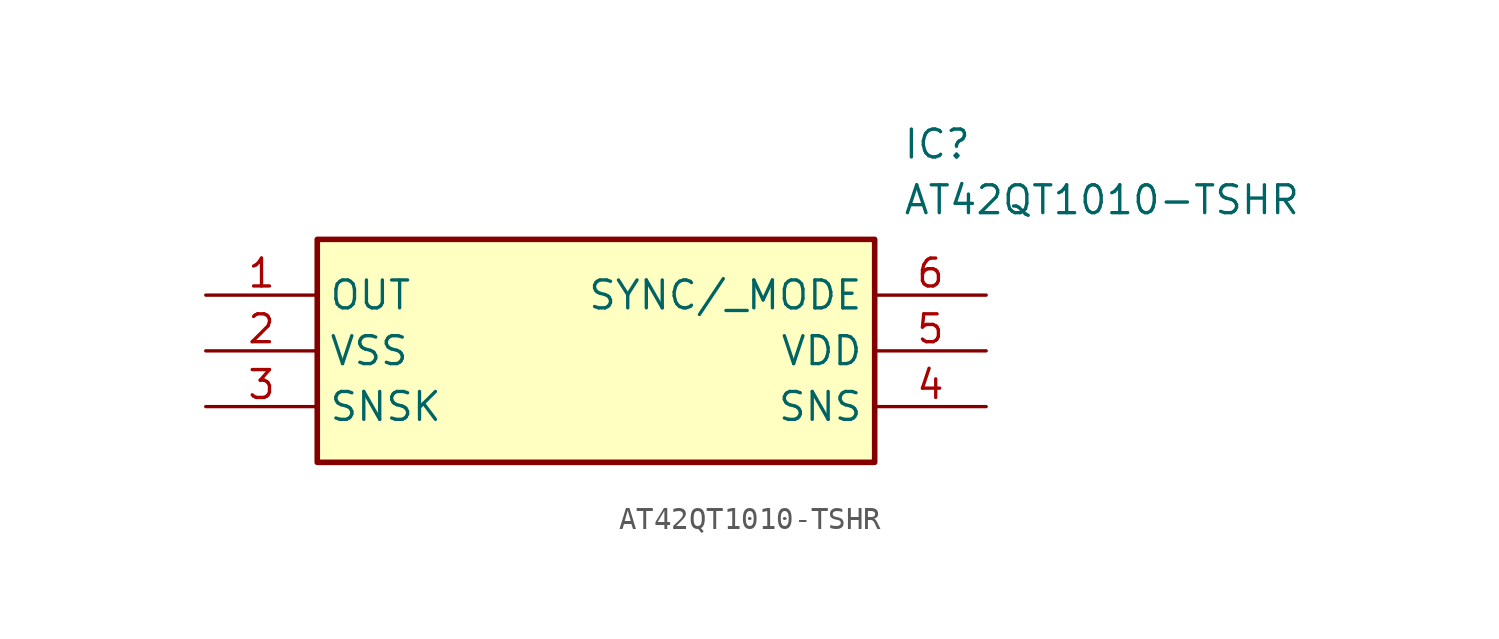
<source format=kicad_sym>
(kicad_symbol_lib
  (version 20211014)
  (generator SamacSys_ECAD_Model)
  (symbol "AT42QT1010-TSHR"
    (property "Reference" "IC"
      (at 31.75 7.62 0)
      (effects (font (size 1.27 1.27)) (justify left top)))
    (property "Value" "AT42QT1010-TSHR"
      (at 31.75 5.08 0)
      (effects (font (size 1.27 1.27)) (justify left top)))
    (rectangle
      (start 5.08 2.54)
      (end 30.48 -7.62)
      (stroke (width 0.254) (type default))
      (fill (type background)))
    (pin passive line
      (at 0 0 0)
      (length 5.08)
      (name "OUT" (effects (font (size 1.27 1.27))))
      (number "1" (effects (font (size 1.27 1.27)))))
    (pin passive line
      (at 0 -2.54 0)
      (length 5.08)
      (name "VSS" (effects (font (size 1.27 1.27))))
      (number "2" (effects (font (size 1.27 1.27)))))
    (pin passive line
      (at 0 -5.08 0)
      (length 5.08)
      (name "SNSK" (effects (font (size 1.27 1.27))))
      (number "3" (effects (font (size 1.27 1.27)))))
    (pin passive line
      (at 35.56 0 180)
      (length 5.08)
      (name "SYNC/_MODE" (effects (font (size 1.27 1.27))))
      (number "6" (effects (font (size 1.27 1.27)))))
    (pin passive line
      (at 35.56 -2.54 180)
      (length 5.08)
      (name "VDD" (effects (font (size 1.27 1.27))))
      (number "5" (effects (font (size 1.27 1.27)))))
    (pin passive line
      (at 35.56 -5.08 180)
      (length 5.08)
      (name "SNS" (effects (font (size 1.27 1.27))))
      (number "4" (effects (font (size 1.27 1.27)))))))
</source>
